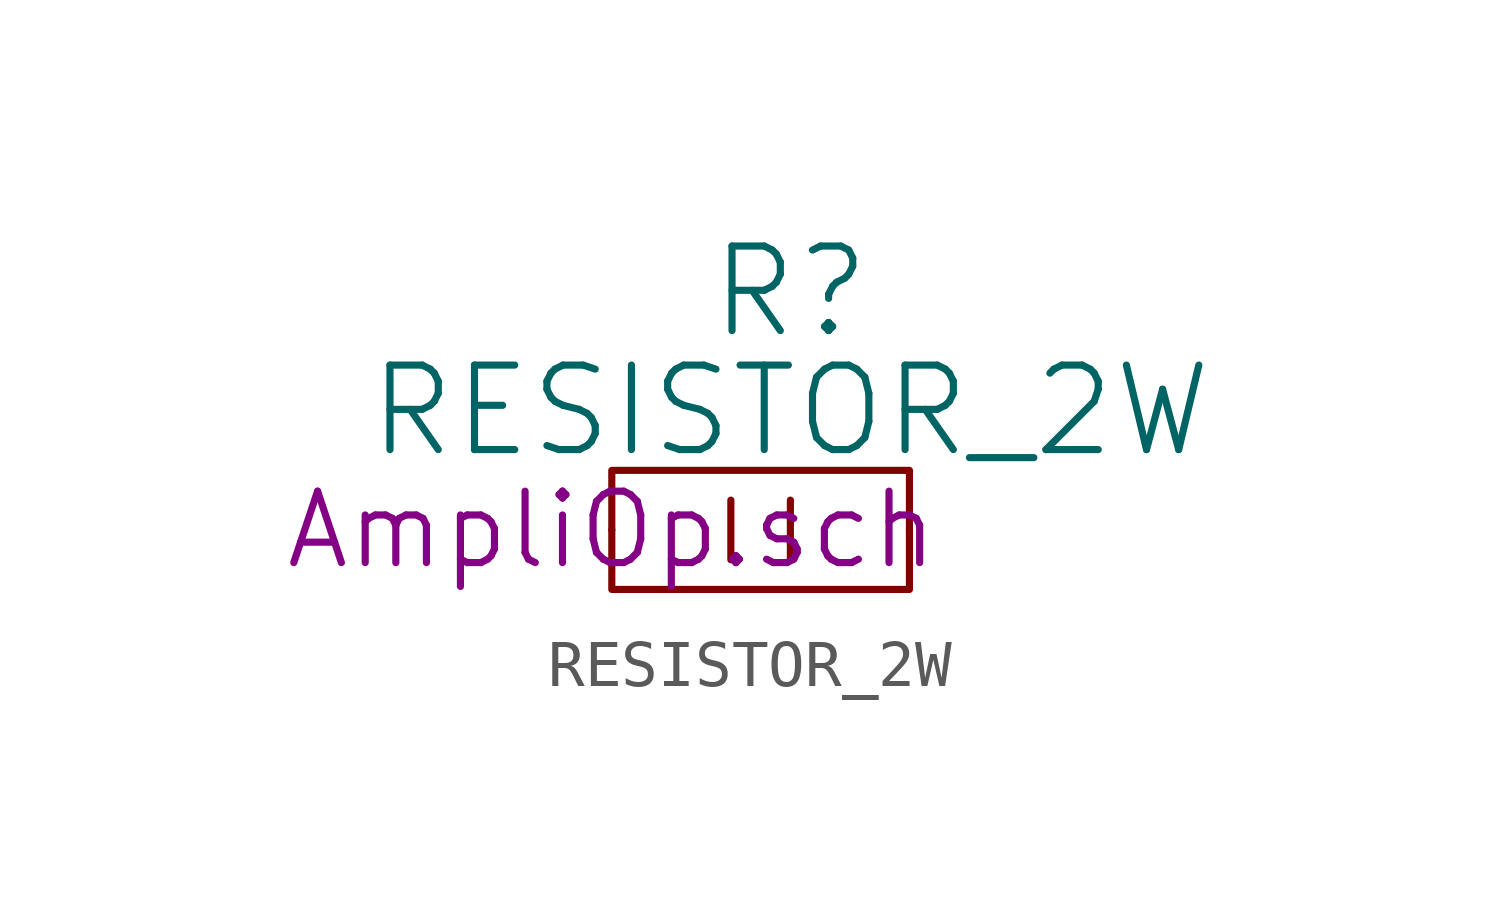
<source format=kicad_sym>
(kicad_symbol_lib
  (version 20211014)
  (generator kicad_symbol_editor)
  (symbol "RESISTOR_2W"
    (pin_numbers hide)
    (property "Reference" "R"
      (at 3.81 5.08 0)
      (effects (font (size 1.803 1.803))))
    (property "Value" "RESISTOR_2W"
      (at 3.81 2.54 0)
      (effects (font (size 1.803 1.803))))
    (property "Footprint" ""
      (at 0 0 0)
      (effects (font (size 1.524 1.524))))
    (property "Datasheet" "AmpliOp.sch"
      (at 0 0 0)
      (effects (font (size 1.524 1.524))))
    (symbol "RESISTOR_2W_0_1"
      (polyline (pts (xy 2.54 -0.635) (xy 2.54 0.635)) (stroke (width 0) (type default) (color 0 0 0 0)) (fill (type none)))
      (polyline (pts (xy 3.81 -0.635) (xy 3.81 0.635)) (stroke (width 0) (type default) (color 0 0 0 0)) (fill (type none)))
      (rectangle (start 0 1.27) (end 6.35 -1.27) (stroke (width 0) (type default) (color 0 0 0 0)) (fill (type none))))
    (symbol "RESISTOR_2W_1_1"
      (pin passive line (at 0 0 0) (length 0) (name "~" (effects (font (size 1.27 1.27)))) (number "1" (effects (font (size 1.27 1.27)))))
      (pin passive line (at 6.35 0 180) (length 0) (name "~" (effects (font (size 1.27 1.27)))) (number "2" (effects (font (size 1.27 1.27))))))))
</source>
